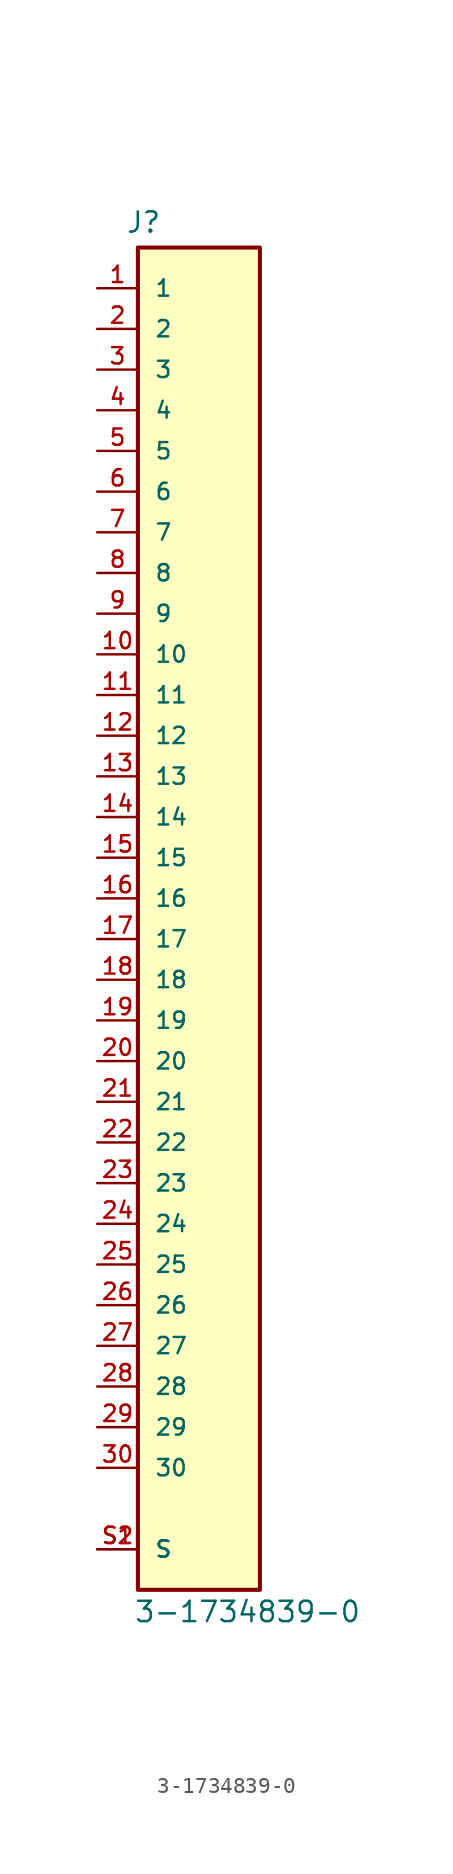
<source format=kicad_sym>
(kicad_symbol_lib
  (version 20211014)
  (generator kicad_symbol_editor)
  (symbol "3-1734839-0"
    (pin_names
      (offset 1.016))
    (property "Reference" "J"
      (at -5.852 41.471 0)
      (effects (font (size 1.27 1.27)) (justify bottom left)))
    (property "Value" "3-1734839-0"
      (at -5.344 -45.294 0)
      (effects (font (size 1.27 1.27)) (justify bottom left)))
    (symbol "3-1734839-0_0_0"
      (rectangle (start -5.08 -43.18) (end 2.54 40.64) (stroke (width 0.254)) (fill (type background)))
      (pin passive line (at -7.62 38.1 0) (length 2.54) (name "1" (effects (font (size 1.016 1.016)))) (number "1" (effects (font (size 1.016 1.016)))))
      (pin passive line (at -7.62 35.56 0) (length 2.54) (name "2" (effects (font (size 1.016 1.016)))) (number "2" (effects (font (size 1.016 1.016)))))
      (pin passive line (at -7.62 33.02 0) (length 2.54) (name "3" (effects (font (size 1.016 1.016)))) (number "3" (effects (font (size 1.016 1.016)))))
      (pin passive line (at -7.62 30.48 0) (length 2.54) (name "4" (effects (font (size 1.016 1.016)))) (number "4" (effects (font (size 1.016 1.016)))))
      (pin passive line (at -7.62 27.94 0) (length 2.54) (name "5" (effects (font (size 1.016 1.016)))) (number "5" (effects (font (size 1.016 1.016)))))
      (pin passive line (at -7.62 25.4 0) (length 2.54) (name "6" (effects (font (size 1.016 1.016)))) (number "6" (effects (font (size 1.016 1.016)))))
      (pin passive line (at -7.62 22.86 0) (length 2.54) (name "7" (effects (font (size 1.016 1.016)))) (number "7" (effects (font (size 1.016 1.016)))))
      (pin passive line (at -7.62 20.32 0) (length 2.54) (name "8" (effects (font (size 1.016 1.016)))) (number "8" (effects (font (size 1.016 1.016)))))
      (pin passive line (at -7.62 17.78 0) (length 2.54) (name "9" (effects (font (size 1.016 1.016)))) (number "9" (effects (font (size 1.016 1.016)))))
      (pin passive line (at -7.62 15.24 0) (length 2.54) (name "10" (effects (font (size 1.016 1.016)))) (number "10" (effects (font (size 1.016 1.016)))))
      (pin passive line (at -7.62 12.7 0) (length 2.54) (name "11" (effects (font (size 1.016 1.016)))) (number "11" (effects (font (size 1.016 1.016)))))
      (pin passive line (at -7.62 10.16 0) (length 2.54) (name "12" (effects (font (size 1.016 1.016)))) (number "12" (effects (font (size 1.016 1.016)))))
      (pin passive line (at -7.62 7.62 0) (length 2.54) (name "13" (effects (font (size 1.016 1.016)))) (number "13" (effects (font (size 1.016 1.016)))))
      (pin passive line (at -7.62 5.08 0) (length 2.54) (name "14" (effects (font (size 1.016 1.016)))) (number "14" (effects (font (size 1.016 1.016)))))
      (pin passive line (at -7.62 -40.64 0) (length 2.54) (name "S" (effects (font (size 1.016 1.016)))) (number "S1" (effects (font (size 1.016 1.016)))))
      (pin passive line (at -7.62 -40.64 0) (length 2.54) (name "S" (effects (font (size 1.016 1.016)))) (number "S2" (effects (font (size 1.016 1.016)))))
      (pin passive line (at -7.62 2.54 0) (length 2.54) (name "15" (effects (font (size 1.016 1.016)))) (number "15" (effects (font (size 1.016 1.016)))))
      (pin passive line (at -7.62 0.0 0) (length 2.54) (name "16" (effects (font (size 1.016 1.016)))) (number "16" (effects (font (size 1.016 1.016)))))
      (pin passive line (at -7.62 -2.54 0) (length 2.54) (name "17" (effects (font (size 1.016 1.016)))) (number "17" (effects (font (size 1.016 1.016)))))
      (pin passive line (at -7.62 -5.08 0) (length 2.54) (name "18" (effects (font (size 1.016 1.016)))) (number "18" (effects (font (size 1.016 1.016)))))
      (pin passive line (at -7.62 -7.62 0) (length 2.54) (name "19" (effects (font (size 1.016 1.016)))) (number "19" (effects (font (size 1.016 1.016)))))
      (pin passive line (at -7.62 -10.16 0) (length 2.54) (name "20" (effects (font (size 1.016 1.016)))) (number "20" (effects (font (size 1.016 1.016)))))
      (pin passive line (at -7.62 -12.7 0) (length 2.54) (name "21" (effects (font (size 1.016 1.016)))) (number "21" (effects (font (size 1.016 1.016)))))
      (pin passive line (at -7.62 -15.24 0) (length 2.54) (name "22" (effects (font (size 1.016 1.016)))) (number "22" (effects (font (size 1.016 1.016)))))
      (pin passive line (at -7.62 -17.78 0) (length 2.54) (name "23" (effects (font (size 1.016 1.016)))) (number "23" (effects (font (size 1.016 1.016)))))
      (pin passive line (at -7.62 -20.32 0) (length 2.54) (name "24" (effects (font (size 1.016 1.016)))) (number "24" (effects (font (size 1.016 1.016)))))
      (pin passive line (at -7.62 -22.86 0) (length 2.54) (name "25" (effects (font (size 1.016 1.016)))) (number "25" (effects (font (size 1.016 1.016)))))
      (pin passive line (at -7.62 -25.4 0) (length 2.54) (name "26" (effects (font (size 1.016 1.016)))) (number "26" (effects (font (size 1.016 1.016)))))
      (pin passive line (at -7.62 -27.94 0) (length 2.54) (name "27" (effects (font (size 1.016 1.016)))) (number "27" (effects (font (size 1.016 1.016)))))
      (pin passive line (at -7.62 -30.48 0) (length 2.54) (name "28" (effects (font (size 1.016 1.016)))) (number "28" (effects (font (size 1.016 1.016)))))
      (pin passive line (at -7.62 -33.02 0) (length 2.54) (name "29" (effects (font (size 1.016 1.016)))) (number "29" (effects (font (size 1.016 1.016)))))
      (pin passive line (at -7.62 -35.56 0) (length 2.54) (name "30" (effects (font (size 1.016 1.016)))) (number "30" (effects (font (size 1.016 1.016))))))))
</source>
